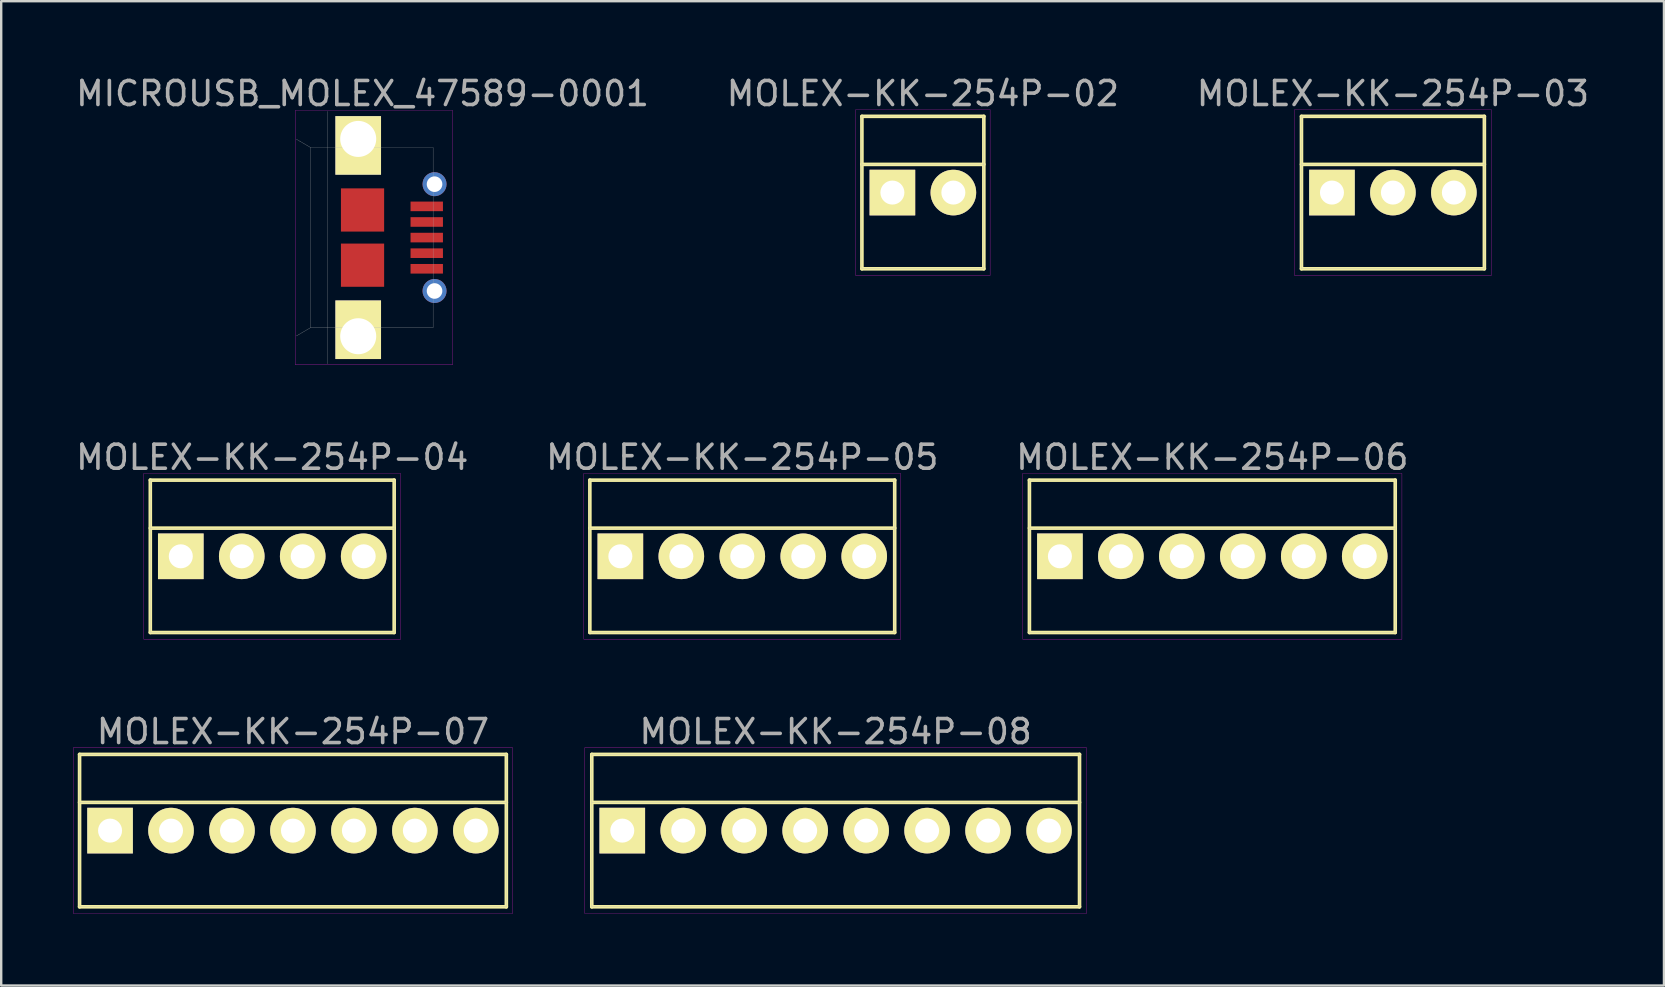
<source format=kicad_pcb>
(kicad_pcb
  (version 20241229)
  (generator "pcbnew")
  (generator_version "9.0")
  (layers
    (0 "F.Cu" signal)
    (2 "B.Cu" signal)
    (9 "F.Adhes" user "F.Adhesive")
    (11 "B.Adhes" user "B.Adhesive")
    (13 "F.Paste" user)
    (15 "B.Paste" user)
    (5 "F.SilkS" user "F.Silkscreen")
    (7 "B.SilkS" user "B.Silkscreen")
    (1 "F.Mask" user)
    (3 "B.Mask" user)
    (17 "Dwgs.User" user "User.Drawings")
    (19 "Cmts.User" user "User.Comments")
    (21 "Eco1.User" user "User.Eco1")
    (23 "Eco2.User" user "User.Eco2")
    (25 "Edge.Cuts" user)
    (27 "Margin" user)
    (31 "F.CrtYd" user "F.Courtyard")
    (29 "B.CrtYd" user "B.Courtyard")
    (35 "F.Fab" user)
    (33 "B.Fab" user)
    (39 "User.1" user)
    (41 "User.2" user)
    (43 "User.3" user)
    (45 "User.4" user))
  (footprint "MOLEX-KK-254P-05"
    (layer "F.Cu")
    (at 27.875 20.127)
    (property "Reference" "MOLEX-KK-254P-05" (at 0 -4.125 0) (layer "F.Fab") (effects (font (size 1 1) (thickness 0.15))))
    (attr through_hole)
    (fp_line (start -6.35 -3.175) (end 6.35 -3.175) (stroke (width 0.15) (type solid)) (layer "F.SilkS"))
    (fp_line (start -6.35 -1.175) (end 6.35 -1.175) (stroke (width 0.15) (type solid)) (layer "F.SilkS"))
    (fp_line (start -6.35 3.175) (end -6.35 -3.175) (stroke (width 0.15) (type solid)) (layer "F.SilkS"))
    (fp_line (start 6.35 -3.175) (end 6.35 3.175) (stroke (width 0.15) (type solid)) (layer "F.SilkS"))
    (fp_line (start 6.35 3.175) (end -6.35 3.175) (stroke (width 0.15) (type solid)) (layer "F.SilkS"))
    (fp_line (start -6.6 -3.45) (end 6.6 -3.45) (stroke (width 0.01) (type solid)) (layer "F.CrtYd"))
    (fp_line (start -6.6 3.45) (end -6.6 -3.45) (stroke (width 0.01) (type solid)) (layer "F.CrtYd"))
    (fp_line (start 6.6 -3.45) (end 6.6 3.45) (stroke (width 0.01) (type solid)) (layer "F.CrtYd"))
    (fp_line (start 6.6 3.45) (end -6.6 3.45) (stroke (width 0.01) (type solid)) (layer "F.CrtYd"))
    (fp_line (start -6.35 -3.175) (end 6.35 -3.175) (stroke (width 0.01) (type solid)) (layer "F.Fab"))
    (fp_line (start -6.35 -1.175) (end 6.35 -1.175) (stroke (width 0.01) (type solid)) (layer "F.Fab"))
    (fp_line (start -6.35 3.175) (end -6.35 -3.175) (stroke (width 0.01) (type solid)) (layer "F.Fab"))
    (fp_line (start 6.35 -3.175) (end 6.35 3.175) (stroke (width 0.01) (type solid)) (layer "F.Fab"))
    (fp_line (start 6.35 3.175) (end -6.35 3.175) (stroke (width 0.01) (type solid)) (layer "F.Fab"))
    (pad "1" thru_hole rect (at -5.08 0) (size 1.9 1.9) (drill 1) (layers "*.Cu" "*.Mask" "F.SilkS"))
    (pad "2" thru_hole circle (at -2.54 0) (size 1.9 1.9) (drill 1) (layers "*.Cu" "*.Mask" "F.SilkS"))
    (pad "3" thru_hole circle (at 0 0) (size 1.9 1.9) (drill 1) (layers "*.Cu" "*.Mask" "F.SilkS"))
    (pad "4" thru_hole circle (at 2.54 0) (size 1.9 1.9) (drill 1) (layers "*.Cu" "*.Mask" "F.SilkS"))
    (pad "5" thru_hole circle (at 5.08 0) (size 1.9 1.9) (drill 1) (layers "*.Cu" "*.Mask" "F.SilkS")))
  (footprint "MOLEX-KK-254P-02"
    (layer "F.Cu")
    (at 35.399 4.973)
    (property "Reference" "MOLEX-KK-254P-02" (at 0 -4.125 0) (layer "F.Fab") (effects (font (size 1 1) (thickness 0.15))))
    (attr through_hole)
    (fp_line (start -2.54 -3.175) (end 2.54 -3.175) (stroke (width 0.15) (type solid)) (layer "F.SilkS"))
    (fp_line (start -2.54 -1.175) (end 2.54 -1.175) (stroke (width 0.15) (type solid)) (layer "F.SilkS"))
    (fp_line (start -2.54 3.175) (end -2.54 -3.175) (stroke (width 0.15) (type solid)) (layer "F.SilkS"))
    (fp_line (start 2.54 -3.175) (end 2.54 3.175) (stroke (width 0.15) (type solid)) (layer "F.SilkS"))
    (fp_line (start 2.54 3.175) (end -2.54 3.175) (stroke (width 0.15) (type solid)) (layer "F.SilkS"))
    (fp_line (start -2.8 -3.45) (end 2.8 -3.45) (stroke (width 0.01) (type solid)) (layer "F.CrtYd"))
    (fp_line (start -2.8 3.45) (end -2.8 -3.45) (stroke (width 0.01) (type solid)) (layer "F.CrtYd"))
    (fp_line (start 2.8 -3.45) (end 2.8 3.45) (stroke (width 0.01) (type solid)) (layer "F.CrtYd"))
    (fp_line (start 2.8 3.45) (end -2.8 3.45) (stroke (width 0.01) (type solid)) (layer "F.CrtYd"))
    (fp_line (start -2.54 -3.175) (end 2.54 -3.175) (stroke (width 0.01) (type solid)) (layer "F.Fab"))
    (fp_line (start -2.54 -1.175) (end 2.54 -1.175) (stroke (width 0.01) (type solid)) (layer "F.Fab"))
    (fp_line (start -2.54 3.175) (end -2.54 -3.175) (stroke (width 0.01) (type solid)) (layer "F.Fab"))
    (fp_line (start 2.54 -3.175) (end 2.54 3.175) (stroke (width 0.01) (type solid)) (layer "F.Fab"))
    (fp_line (start 2.54 3.175) (end -2.54 3.175) (stroke (width 0.01) (type solid)) (layer "F.Fab"))
    (pad "1" thru_hole rect (at -1.27 0) (size 1.9 1.9) (drill 1) (layers "*.Cu" "*.Mask" "F.SilkS"))
    (pad "2" thru_hole circle (at 1.27 0) (size 1.9 1.9) (drill 1) (layers "*.Cu" "*.Mask" "F.SilkS")))
  (footprint "MICROUSB_MOLEX_47589-0001"
    (layer "F.Cu")
    (at 12.054 6.848)
    (property "Reference" "MICROUSB_MOLEX_47589-0001" (at 0 -6 0) (layer "F.Fab") (effects (font (size 1 1) (thickness 0.15))))
    (attr through_hole)
    (fp_line (start -2.8 -5.3) (end -2.8 5.3) (stroke (width 0.01) (type solid)) (layer "F.CrtYd"))
    (fp_line (start -2.8 5.3) (end 3.75 5.3) (stroke (width 0.01) (type solid)) (layer "F.CrtYd"))
    (fp_line (start 3.75 -5.3) (end -2.8 -5.3) (stroke (width 0.01) (type solid)) (layer "F.CrtYd"))
    (fp_line (start 3.75 5.3) (end 3.75 -5.3) (stroke (width 0.01) (type solid)) (layer "F.CrtYd"))
    (fp_line (start -2.76 -4.1) (end -2.16 -3.75) (stroke (width 0.01) (type solid)) (layer "F.Fab"))
    (fp_line (start -2.76 4.1) (end -2.16 3.75) (stroke (width 0.01) (type solid)) (layer "F.Fab"))
    (fp_line (start -2.16 -3.75) (end -2.16 3.75) (stroke (width 0.01) (type solid)) (layer "F.Fab"))
    (fp_line (start -2.16 -3.75) (end 2.94 -3.75) (stroke (width 0.01) (type solid)) (layer "F.Fab"))
    (fp_line (start -1.46 -5.26) (end -1.46 5.26) (stroke (width 0.01) (type solid)) (layer "F.Fab"))
    (fp_line (start -0.56 -4.05) (end -0.56 -3.75) (stroke (width 0.01) (type solid)) (layer "F.Fab"))
    (fp_line (start -0.56 -4.05) (end 0.29 -4.05) (stroke (width 0.01) (type solid)) (layer "F.Fab"))
    (fp_line (start -0.56 3.75) (end -0.56 4.05) (stroke (width 0.01) (type solid)) (layer "F.Fab"))
    (fp_line (start -0.56 4.05) (end 0.29 4.05) (stroke (width 0.01) (type solid)) (layer "F.Fab"))
    (fp_line (start 0.29 -4.05) (end 0.29 -3.75) (stroke (width 0.01) (type solid)) (layer "F.Fab"))
    (fp_line (start 0.29 4.05) (end 0.29 3.75) (stroke (width 0.01) (type solid)) (layer "F.Fab"))
    (fp_line (start 2.94 -3.75) (end 2.94 3.75) (stroke (width 0.01) (type solid)) (layer "F.Fab"))
    (fp_line (start 2.94 -2) (end 3.14 -2) (stroke (width 0.01) (type solid)) (layer "F.Fab"))
    (fp_line (start 2.94 2) (end 3.14 2) (stroke (width 0.01) (type solid)) (layer "F.Fab"))
    (fp_line (start 2.94 3.75) (end -2.16 3.75) (stroke (width 0.01) (type solid)) (layer "F.Fab"))
    (fp_line (start 3.14 -2.45) (end 2.94 -2.45) (stroke (width 0.01) (type solid)) (layer "F.Fab"))
    (fp_line (start 3.14 -2) (end 3.14 -2.45) (stroke (width 0.01) (type solid)) (layer "F.Fab"))
    (fp_line (start 3.14 2) (end 3.14 2.4) (stroke (width 0.01) (type solid)) (layer "F.Fab"))
    (fp_line (start 3.14 2.4) (end 2.94 2.4) (stroke (width 0.01) (type solid)) (layer "F.Fab"))
    (pad "1" smd rect (at 2.675 -1.3) (size 1.35 0.4) (layers "F.Cu" "F.Mask" "F.Paste"))
    (pad "2" smd rect (at 2.675 -0.65) (size 1.35 0.4) (layers "F.Cu" "F.Mask" "F.Paste"))
    (pad "3" smd rect (at 2.675 0) (size 1.35 0.4) (layers "F.Cu" "F.Mask" "F.Paste"))
    (pad "4" smd rect (at 2.675 0.65) (size 1.35 0.4) (layers "F.Cu" "F.Mask" "F.Paste"))
    (pad "5" smd rect (at 2.675 1.3) (size 1.35 0.4) (layers "F.Cu" "F.Mask" "F.Paste"))
    (pad "S" thru_hole rect (at -0.18 -4.11) (size 1.9 2.44) (drill 1.5 (offset 0 0.27)) (layers "*.Cu" "*.Mask" "F.SilkS"))
    (pad "S" thru_hole rect (at -0.18 4.11 180) (size 1.9 2.44) (drill 1.5 (offset 0 0.27)) (layers "*.Cu" "*.Mask" "F.SilkS"))
    (pad "S" smd rect (at 0 -1.15) (size 1.8 1.8) (layers "F.Cu" "F.Mask" "F.Paste"))
    (pad "S" smd rect (at 0 1.15) (size 1.8 1.8) (layers "F.Cu" "F.Mask" "F.Paste"))
    (pad "S" thru_hole circle (at 3 -2.225) (size 1 1) (drill 0.65) (layers "*.Cu" "*.Mask"))
    (pad "S" thru_hole circle (at 3 2.225) (size 1 1) (drill 0.65) (layers "*.Cu" "*.Mask")))
  (footprint "MOLEX-KK-254P-06"
    (layer "F.Cu")
    (at 47.458 20.127)
    (property "Reference" "MOLEX-KK-254P-06" (at 0 -4.125 0) (layer "F.Fab") (effects (font (size 1 1) (thickness 0.15))))
    (attr through_hole)
    (fp_line (start -7.62 -3.175) (end 7.62 -3.175) (stroke (width 0.15) (type solid)) (layer "F.SilkS"))
    (fp_line (start -7.62 -1.175) (end 7.62 -1.175) (stroke (width 0.15) (type solid)) (layer "F.SilkS"))
    (fp_line (start -7.62 3.175) (end -7.62 -3.175) (stroke (width 0.15) (type solid)) (layer "F.SilkS"))
    (fp_line (start 7.62 -3.175) (end 7.62 3.175) (stroke (width 0.15) (type solid)) (layer "F.SilkS"))
    (fp_line (start 7.62 3.175) (end -7.62 3.175) (stroke (width 0.15) (type solid)) (layer "F.SilkS"))
    (fp_line (start -7.9 -3.45) (end 7.9 -3.45) (stroke (width 0.01) (type solid)) (layer "F.CrtYd"))
    (fp_line (start -7.9 3.45) (end -7.9 -3.45) (stroke (width 0.01) (type solid)) (layer "F.CrtYd"))
    (fp_line (start 7.9 -3.45) (end 7.9 3.45) (stroke (width 0.01) (type solid)) (layer "F.CrtYd"))
    (fp_line (start 7.9 3.45) (end -7.9 3.45) (stroke (width 0.01) (type solid)) (layer "F.CrtYd"))
    (fp_line (start -7.62 -3.175) (end 7.62 -3.175) (stroke (width 0.01) (type solid)) (layer "F.Fab"))
    (fp_line (start -7.62 -1.175) (end 7.62 -1.175) (stroke (width 0.01) (type solid)) (layer "F.Fab"))
    (fp_line (start -7.62 3.175) (end -7.62 -3.175) (stroke (width 0.01) (type solid)) (layer "F.Fab"))
    (fp_line (start 7.62 -3.175) (end 7.62 3.175) (stroke (width 0.01) (type solid)) (layer "F.Fab"))
    (fp_line (start 7.62 3.175) (end -7.62 3.175) (stroke (width 0.01) (type solid)) (layer "F.Fab"))
    (pad "1" thru_hole rect (at -6.35 0) (size 1.9 1.9) (drill 1) (layers "*.Cu" "*.Mask" "F.SilkS"))
    (pad "2" thru_hole circle (at -3.81 0) (size 1.9 1.9) (drill 1) (layers "*.Cu" "*.Mask" "F.SilkS"))
    (pad "3" thru_hole circle (at -1.27 0) (size 1.9 1.9) (drill 1) (layers "*.Cu" "*.Mask" "F.SilkS"))
    (pad "4" thru_hole circle (at 1.27 0) (size 1.9 1.9) (drill 1) (layers "*.Cu" "*.Mask" "F.SilkS"))
    (pad "5" thru_hole circle (at 3.81 0) (size 1.9 1.9) (drill 1) (layers "*.Cu" "*.Mask" "F.SilkS"))
    (pad "6" thru_hole circle (at 6.35 0) (size 1.9 1.9) (drill 1) (layers "*.Cu" "*.Mask" "F.SilkS")))
  (footprint "MOLEX-KK-254P-07"
    (layer "F.Cu")
    (at 9.155 31.555)
    (property "Reference" "MOLEX-KK-254P-07" (at 0 -4.125 0) (layer "F.Fab") (effects (font (size 1 1) (thickness 0.15))))
    (attr through_hole)
    (fp_line (start -8.89 -3.175) (end 8.89 -3.175) (stroke (width 0.15) (type solid)) (layer "F.SilkS"))
    (fp_line (start -8.89 -1.175) (end 8.89 -1.175) (stroke (width 0.15) (type solid)) (layer "F.SilkS"))
    (fp_line (start -8.89 3.175) (end -8.89 -3.175) (stroke (width 0.15) (type solid)) (layer "F.SilkS"))
    (fp_line (start 8.89 -3.175) (end 8.89 3.175) (stroke (width 0.15) (type solid)) (layer "F.SilkS"))
    (fp_line (start 8.89 3.175) (end -8.89 3.175) (stroke (width 0.15) (type solid)) (layer "F.SilkS"))
    (fp_line (start -9.15 -3.45) (end 9.15 -3.45) (stroke (width 0.01) (type solid)) (layer "F.CrtYd"))
    (fp_line (start -9.15 3.45) (end -9.15 -3.45) (stroke (width 0.01) (type solid)) (layer "F.CrtYd"))
    (fp_line (start 9.15 -3.45) (end 9.15 3.45) (stroke (width 0.01) (type solid)) (layer "F.CrtYd"))
    (fp_line (start 9.15 3.45) (end -9.15 3.45) (stroke (width 0.01) (type solid)) (layer "F.CrtYd"))
    (fp_line (start -8.89 -3.175) (end 8.89 -3.175) (stroke (width 0.01) (type solid)) (layer "F.Fab"))
    (fp_line (start -8.89 -1.175) (end 8.89 -1.175) (stroke (width 0.01) (type solid)) (layer "F.Fab"))
    (fp_line (start -8.89 3.175) (end -8.89 -3.175) (stroke (width 0.01) (type solid)) (layer "F.Fab"))
    (fp_line (start 8.89 -3.175) (end 8.89 3.175) (stroke (width 0.01) (type solid)) (layer "F.Fab"))
    (fp_line (start 8.89 3.175) (end -8.89 3.175) (stroke (width 0.01) (type solid)) (layer "F.Fab"))
    (pad "1" thru_hole rect (at -7.62 0) (size 1.9 1.9) (drill 1) (layers "*.Cu" "*.Mask" "F.SilkS"))
    (pad "2" thru_hole circle (at -5.08 0) (size 1.9 1.9) (drill 1) (layers "*.Cu" "*.Mask" "F.SilkS"))
    (pad "3" thru_hole circle (at -2.54 0) (size 1.9 1.9) (drill 1) (layers "*.Cu" "*.Mask" "F.SilkS"))
    (pad "4" thru_hole circle (at 0 0) (size 1.9 1.9) (drill 1) (layers "*.Cu" "*.Mask" "F.SilkS"))
    (pad "5" thru_hole circle (at 2.54 0) (size 1.9 1.9) (drill 1) (layers "*.Cu" "*.Mask" "F.SilkS"))
    (pad "6" thru_hole circle (at 5.08 0) (size 1.9 1.9) (drill 1) (layers "*.Cu" "*.Mask" "F.SilkS"))
    (pad "7" thru_hole circle (at 7.62 0) (size 1.9 1.9) (drill 1) (layers "*.Cu" "*.Mask" "F.SilkS")))
  (footprint "MOLEX-KK-254P-04"
    (layer "F.Cu")
    (at 8.292 20.127)
    (property "Reference" "MOLEX-KK-254P-04" (at 0 -4.125 0) (layer "F.Fab") (effects (font (size 1 1) (thickness 0.15))))
    (attr through_hole)
    (fp_line (start -5.08 -3.175) (end 5.08 -3.175) (stroke (width 0.15) (type solid)) (layer "F.SilkS"))
    (fp_line (start -5.08 -1.175) (end 5.08 -1.175) (stroke (width 0.15) (type solid)) (layer "F.SilkS"))
    (fp_line (start -5.08 3.175) (end -5.08 -3.175) (stroke (width 0.15) (type solid)) (layer "F.SilkS"))
    (fp_line (start 5.08 -3.175) (end 5.08 3.175) (stroke (width 0.15) (type solid)) (layer "F.SilkS"))
    (fp_line (start 5.08 3.175) (end -5.08 3.175) (stroke (width 0.15) (type solid)) (layer "F.SilkS"))
    (fp_line (start -5.35 -3.45) (end 5.35 -3.45) (stroke (width 0.01) (type solid)) (layer "F.CrtYd"))
    (fp_line (start -5.35 3.45) (end -5.35 -3.45) (stroke (width 0.01) (type solid)) (layer "F.CrtYd"))
    (fp_line (start 5.35 -3.45) (end 5.35 3.45) (stroke (width 0.01) (type solid)) (layer "F.CrtYd"))
    (fp_line (start 5.35 3.45) (end -5.35 3.45) (stroke (width 0.01) (type solid)) (layer "F.CrtYd"))
    (fp_line (start -5.08 -3.175) (end 5.08 -3.175) (stroke (width 0.01) (type solid)) (layer "F.Fab"))
    (fp_line (start -5.08 -1.175) (end 5.08 -1.175) (stroke (width 0.01) (type solid)) (layer "F.Fab"))
    (fp_line (start -5.08 3.175) (end -5.08 -3.175) (stroke (width 0.01) (type solid)) (layer "F.Fab"))
    (fp_line (start 5.08 -3.175) (end 5.08 3.175) (stroke (width 0.01) (type solid)) (layer "F.Fab"))
    (fp_line (start 5.08 3.175) (end -5.08 3.175) (stroke (width 0.01) (type solid)) (layer "F.Fab"))
    (pad "1" thru_hole rect (at -3.81 0) (size 1.9 1.9) (drill 1) (layers "*.Cu" "*.Mask" "F.SilkS"))
    (pad "2" thru_hole circle (at -1.27 0) (size 1.9 1.9) (drill 1) (layers "*.Cu" "*.Mask" "F.SilkS"))
    (pad "3" thru_hole circle (at 1.27 0) (size 1.9 1.9) (drill 1) (layers "*.Cu" "*.Mask" "F.SilkS"))
    (pad "4" thru_hole circle (at 3.81 0) (size 1.9 1.9) (drill 1) (layers "*.Cu" "*.Mask" "F.SilkS")))
  (footprint "MOLEX-KK-254P-03"
    (layer "F.Cu")
    (at 54.982 4.973)
    (property "Reference" "MOLEX-KK-254P-03" (at 0 -4.125 0) (layer "F.Fab") (effects (font (size 1 1) (thickness 0.15))))
    (attr through_hole)
    (fp_line (start -3.81 -3.175) (end 3.81 -3.175) (stroke (width 0.15) (type solid)) (layer "F.SilkS"))
    (fp_line (start -3.81 -1.175) (end 3.81 -1.175) (stroke (width 0.15) (type solid)) (layer "F.SilkS"))
    (fp_line (start -3.81 3.175) (end -3.81 -3.175) (stroke (width 0.15) (type solid)) (layer "F.SilkS"))
    (fp_line (start 3.81 -3.175) (end 3.81 3.175) (stroke (width 0.15) (type solid)) (layer "F.SilkS"))
    (fp_line (start 3.81 3.175) (end -3.81 3.175) (stroke (width 0.15) (type solid)) (layer "F.SilkS"))
    (fp_line (start -4.1 -3.45) (end 4.1 -3.45) (stroke (width 0.01) (type solid)) (layer "F.CrtYd"))
    (fp_line (start -4.1 3.45) (end -4.1 -3.45) (stroke (width 0.01) (type solid)) (layer "F.CrtYd"))
    (fp_line (start 4.1 -3.45) (end 4.1 3.45) (stroke (width 0.01) (type solid)) (layer "F.CrtYd"))
    (fp_line (start 4.1 3.45) (end -4.1 3.45) (stroke (width 0.01) (type solid)) (layer "F.CrtYd"))
    (fp_line (start -3.81 -3.175) (end 3.81 -3.175) (stroke (width 0.01) (type solid)) (layer "F.Fab"))
    (fp_line (start -3.81 -1.175) (end 3.81 -1.175) (stroke (width 0.01) (type solid)) (layer "F.Fab"))
    (fp_line (start -3.81 3.175) (end -3.81 -3.175) (stroke (width 0.01) (type solid)) (layer "F.Fab"))
    (fp_line (start 3.81 -3.175) (end 3.81 3.175) (stroke (width 0.01) (type solid)) (layer "F.Fab"))
    (fp_line (start 3.81 3.175) (end -3.81 3.175) (stroke (width 0.01) (type solid)) (layer "F.Fab"))
    (pad "1" thru_hole rect (at -2.54 0) (size 1.9 1.9) (drill 1) (layers "*.Cu" "*.Mask" "F.SilkS"))
    (pad "2" thru_hole circle (at 0 0) (size 1.9 1.9) (drill 1) (layers "*.Cu" "*.Mask" "F.SilkS"))
    (pad "3" thru_hole circle (at 2.54 0) (size 1.9 1.9) (drill 1) (layers "*.Cu" "*.Mask" "F.SilkS")))
  (footprint "MOLEX-KK-254P-08"
    (layer "F.Cu")
    (at 31.765 31.555)
    (property "Reference" "MOLEX-KK-254P-08" (at 0 -4.125 0) (layer "F.Fab") (effects (font (size 1 1) (thickness 0.15))))
    (attr through_hole)
    (fp_line (start -10.16 -3.175) (end 10.16 -3.175) (stroke (width 0.15) (type solid)) (layer "F.SilkS"))
    (fp_line (start -10.16 -1.175) (end 10.16 -1.175) (stroke (width 0.15) (type solid)) (layer "F.SilkS"))
    (fp_line (start -10.16 3.175) (end -10.16 -3.175) (stroke (width 0.15) (type solid)) (layer "F.SilkS"))
    (fp_line (start 10.16 -3.175) (end 10.16 3.175) (stroke (width 0.15) (type solid)) (layer "F.SilkS"))
    (fp_line (start 10.16 3.175) (end -10.16 3.175) (stroke (width 0.15) (type solid)) (layer "F.SilkS"))
    (fp_line (start -10.45 -3.45) (end 10.45 -3.45) (stroke (width 0.01) (type solid)) (layer "F.CrtYd"))
    (fp_line (start -10.45 3.45) (end -10.45 -3.45) (stroke (width 0.01) (type solid)) (layer "F.CrtYd"))
    (fp_line (start 10.45 -3.45) (end 10.45 3.45) (stroke (width 0.01) (type solid)) (layer "F.CrtYd"))
    (fp_line (start 10.45 3.45) (end -10.45 3.45) (stroke (width 0.01) (type solid)) (layer "F.CrtYd"))
    (fp_line (start -10.16 -3.175) (end 10.16 -3.175) (stroke (width 0.01) (type solid)) (layer "F.Fab"))
    (fp_line (start -10.16 -1.175) (end 10.16 -1.175) (stroke (width 0.01) (type solid)) (layer "F.Fab"))
    (fp_line (start -10.16 3.175) (end -10.16 -3.175) (stroke (width 0.01) (type solid)) (layer "F.Fab"))
    (fp_line (start 10.16 -3.175) (end 10.16 3.175) (stroke (width 0.01) (type solid)) (layer "F.Fab"))
    (fp_line (start 10.16 3.175) (end -10.16 3.175) (stroke (width 0.01) (type solid)) (layer "F.Fab"))
    (pad "1" thru_hole rect (at -8.89 0) (size 1.9 1.9) (drill 1) (layers "*.Cu" "*.Mask" "F.SilkS"))
    (pad "2" thru_hole circle (at -6.35 0) (size 1.9 1.9) (drill 1) (layers "*.Cu" "*.Mask" "F.SilkS"))
    (pad "3" thru_hole circle (at -3.81 0) (size 1.9 1.9) (drill 1) (layers "*.Cu" "*.Mask" "F.SilkS"))
    (pad "4" thru_hole circle (at -1.27 0) (size 1.9 1.9) (drill 1) (layers "*.Cu" "*.Mask" "F.SilkS"))
    (pad "5" thru_hole circle (at 1.27 0) (size 1.9 1.9) (drill 1) (layers "*.Cu" "*.Mask" "F.SilkS"))
    (pad "6" thru_hole circle (at 3.81 0) (size 1.9 1.9) (drill 1) (layers "*.Cu" "*.Mask" "F.SilkS"))
    (pad "7" thru_hole circle (at 6.35 0) (size 1.9 1.9) (drill 1) (layers "*.Cu" "*.Mask" "F.SilkS"))
    (pad "8" thru_hole circle (at 8.89 0) (size 1.9 1.9) (drill 1) (layers "*.Cu" "*.Mask" "F.SilkS")))
  (gr_rect
    (start -3 -3)
    (end 66.274 38.01)
    (stroke (width 0.1) (type default))
    (fill no)
    (layer "Edge.Cuts")))
</source>
